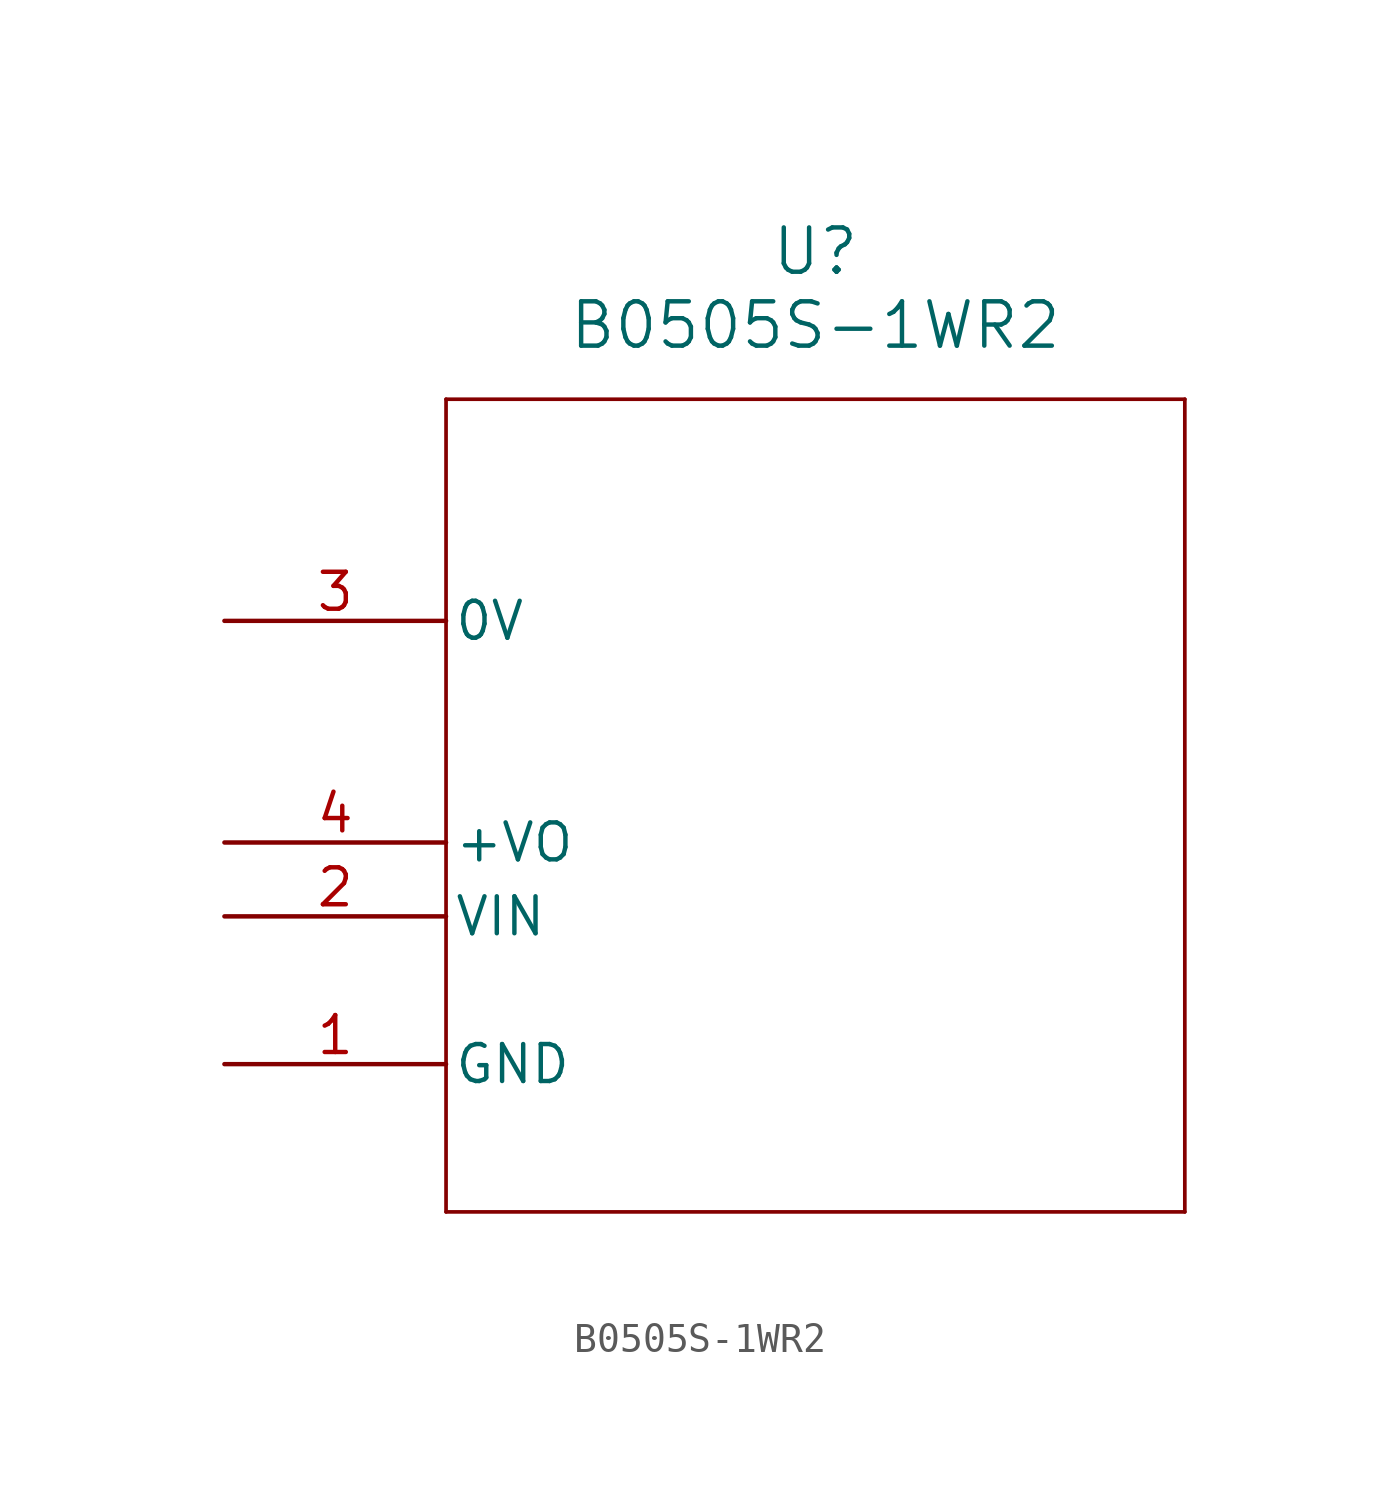
<source format=kicad_sym>
(kicad_symbol_lib
  (version 20211014)
  (generator kicad_symbol_editor)
  (symbol "B0505S-1WR2"
    (pin_names
      (offset 0.254))
    (property "Reference" "U"
      (at 20.32 12.7 0)
      (effects (font (size 1.524 1.524))))
    (property "Value" "B0505S-1WR2"
      (at 20.32 10.16 0)
      (effects (font (size 1.524 1.524))))
    (symbol "B0505S-1WR2_0_1"
      (polyline (pts (xy 7.62 7.62) (xy 7.62 -20.32)) (stroke (width 0.127) (type default) (color 0 0 0 0)) (fill (type none)))
      (polyline (pts (xy 7.62 -20.32) (xy 33.02 -20.32)) (stroke (width 0.127) (type default) (color 0 0 0 0)) (fill (type none)))
      (polyline (pts (xy 33.02 -20.32) (xy 33.02 7.62)) (stroke (width 0.127) (type default) (color 0 0 0 0)) (fill (type none)))
      (polyline (pts (xy 33.02 7.62) (xy 7.62 7.62)) (stroke (width 0.127) (type default) (color 0 0 0 0)) (fill (type none)))
      (pin power_out line (at 0 -15.24 0) (length 7.62) (name "GND" (effects (font (size 1.27 1.27)))) (number "1" (effects (font (size 1.27 1.27)))))
      (pin power_in line (at 0 -10.16 0) (length 7.62) (name "VIN" (effects (font (size 1.27 1.27)))) (number "2" (effects (font (size 1.27 1.27)))))
      (pin unspecified line (at 0 0 0) (length 7.62) (name "0V" (effects (font (size 1.27 1.27)))) (number "3" (effects (font (size 1.27 1.27)))))
      (pin power_in line (at 0 -7.62 0) (length 7.62) (name "+VO" (effects (font (size 1.27 1.27)))) (number "4" (effects (font (size 1.27 1.27))))))))
</source>
